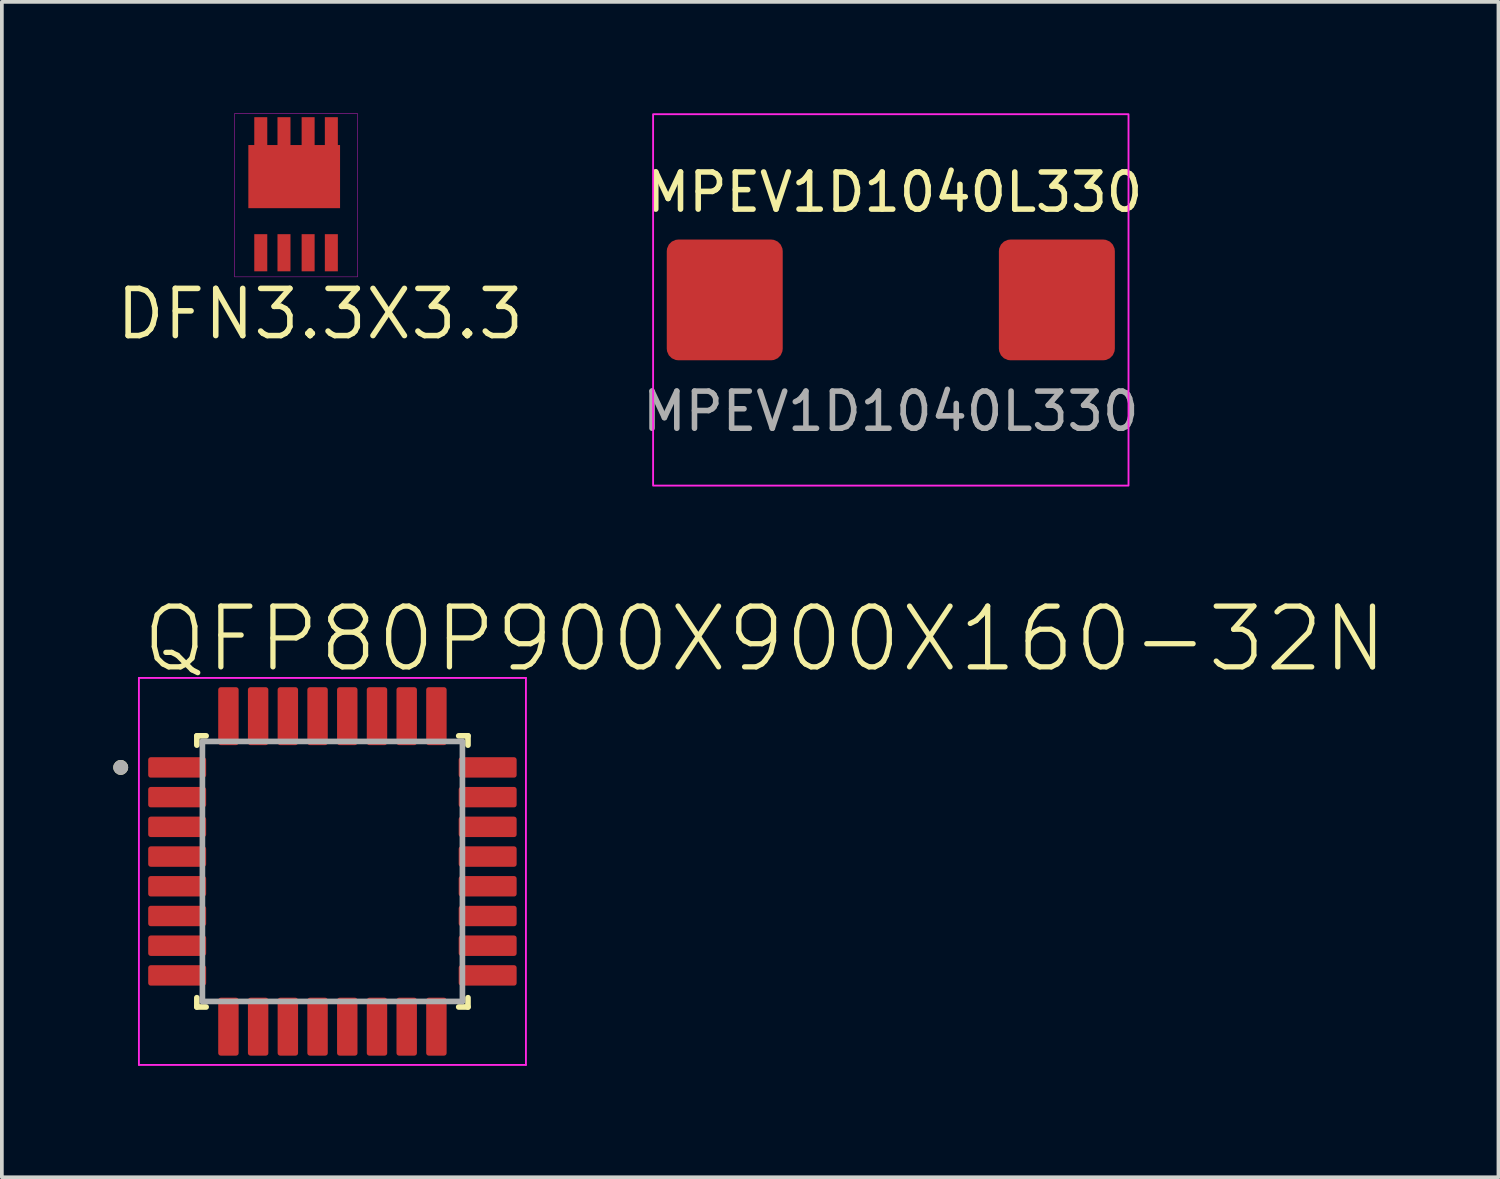
<source format=kicad_pcb>
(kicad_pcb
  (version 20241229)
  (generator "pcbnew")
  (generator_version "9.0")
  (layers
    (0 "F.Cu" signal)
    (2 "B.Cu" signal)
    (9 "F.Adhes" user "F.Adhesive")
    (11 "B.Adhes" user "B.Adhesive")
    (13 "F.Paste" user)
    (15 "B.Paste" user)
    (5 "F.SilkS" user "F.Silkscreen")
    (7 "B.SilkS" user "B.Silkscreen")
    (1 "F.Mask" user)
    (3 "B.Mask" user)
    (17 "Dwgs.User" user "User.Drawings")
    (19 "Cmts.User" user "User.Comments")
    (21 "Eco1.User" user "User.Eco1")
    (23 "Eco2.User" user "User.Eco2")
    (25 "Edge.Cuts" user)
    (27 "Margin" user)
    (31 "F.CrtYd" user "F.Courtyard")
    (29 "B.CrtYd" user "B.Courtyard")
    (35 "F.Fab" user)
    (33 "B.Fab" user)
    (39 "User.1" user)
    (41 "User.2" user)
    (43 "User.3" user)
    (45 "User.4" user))
  (footprint "DFN3.3X3.3"
    (layer "F.Cu")
    (at 3.271 3.805)
    (property "Reference" "DFN3.3X3.3" (at 2.3 1.6 0) (layer "F.SilkS") (effects (font (size 1.27 1.27) (thickness 0.15))))
    (fp_line (start 0 -3.8) (end 3.3 -3.8) (stroke (width 0.01) (type solid)) (layer "F.CrtYd"))
    (fp_line (start 0 0.6) (end 0 -3.8) (stroke (width 0.01) (type solid)) (layer "F.CrtYd"))
    (fp_line (start 0 0.6) (end 3.3 0.6) (stroke (width 0.01) (type solid)) (layer "F.CrtYd"))
    (fp_line (start 3.3 -3.8) (end 3.3 0.6) (stroke (width 0.01) (type solid)) (layer "F.CrtYd"))
    (pad "1" smd rect (at 0.7 -0.05 90) (size 1 0.35) (layers "F.Cu" "F.Mask" "F.Paste"))
    (pad "2" smd rect (at 1.325 -0.05 90) (size 1 0.35) (layers "F.Cu" "F.Mask" "F.Paste"))
    (pad "3" smd rect (at 1.975 -0.05 90) (size 1 0.35) (layers "F.Cu" "F.Mask" "F.Paste"))
    (pad "4" smd rect (at 2.6 -0.05 90) (size 1 0.35) (layers "F.Cu" "F.Mask" "F.Paste"))
    (pad "5" smd rect (at 2.6 -3.3 90) (size 0.8 0.35) (layers "F.Cu" "F.Mask" "F.Paste"))
    (pad "6" smd rect (at 1.975 -3.3 90) (size 0.8 0.35) (layers "F.Cu" "F.Mask" "F.Paste"))
    (pad "7" smd rect (at 1.325 -3.3 90) (size 0.8 0.35) (layers "F.Cu" "F.Mask" "F.Paste"))
    (pad "8" smd rect (at 0.7 -3.3 90) (size 0.8 0.35) (layers "F.Cu" "F.Mask" "F.Paste"))
    (pad "9" smd rect (at 1.6 -2.1) (size 2.469 1.7) (layers "F.Cu" "F.Mask" "F.Paste")))
  (footprint "MPEV1D1040L330"
    (layer "F.Cu")
    (at 20.934 5.025)
    (property "Reference" "MPEV1D1040L330" (at 0.1 -2.9 0) (unlocked yes) (layer "F.SilkS") (effects (font (size 1 1) (thickness 0.15))))
    (attr smd)
    (fp_rect (start -6.4 -5) (end 6.4 5) (stroke (width 0.05) (type solid)) (fill no) (layer "F.CrtYd"))
    (fp_text user "${REFERENCE}" (at 0 3 0) (unlocked yes) (layer "F.Fab") (effects (font (size 1 1) (thickness 0.15))))
    (pad "1" smd roundrect (at -4.471 0) (size 3.122 3.251) (layers "F.Cu" "F.Mask" "F.Paste") (roundrect_rratio 0.1))
    (pad "2" smd roundrect (at 4.471 0) (size 3.122 3.251) (layers "F.Cu" "F.Mask" "F.Paste") (roundrect_rratio 0.1)))
  (footprint "QFP80P900X900X160-32N"
    (layer "F.Cu")
    (at 5.9 20.412)
    (property "Reference" "QFP80P900X900X160-32N" (at -5.2 -5.3 0) (layer "F.SilkS") (effects (font (size 1.636 1.636) (thickness 0.142)) (justify left bottom)))
    (fp_line (start -3.65 -3.65) (end -3.4 -3.65) (stroke (width 0.152) (type solid)) (layer "F.SilkS"))
    (fp_line (start -3.65 -3.4) (end -3.65 -3.65) (stroke (width 0.152) (type solid)) (layer "F.SilkS"))
    (fp_line (start -3.65 3.65) (end -3.65 3.4) (stroke (width 0.152) (type solid)) (layer "F.SilkS"))
    (fp_line (start -3.4 3.65) (end -3.65 3.65) (stroke (width 0.152) (type solid)) (layer "F.SilkS"))
    (fp_line (start 3.4 -3.65) (end 3.65 -3.65) (stroke (width 0.152) (type solid)) (layer "F.SilkS"))
    (fp_line (start 3.65 -3.65) (end 3.65 -3.4) (stroke (width 0.152) (type solid)) (layer "F.SilkS"))
    (fp_line (start 3.65 3.4) (end 3.65 3.65) (stroke (width 0.152) (type solid)) (layer "F.SilkS"))
    (fp_line (start 3.65 3.65) (end 3.4 3.65) (stroke (width 0.152) (type solid)) (layer "F.SilkS"))
    (fp_circle (center -5.7 -2.8) (end -5.6 -2.8) (stroke (width 0.2) (type solid)) (fill no) (layer "F.SilkS"))
    (fp_line (start -5.21 -5.21) (end -5.21 5.21) (stroke (width 0.05) (type solid)) (layer "F.CrtYd"))
    (fp_line (start -5.21 5.21) (end 5.21 5.21) (stroke (width 0.05) (type solid)) (layer "F.CrtYd"))
    (fp_line (start 5.21 -5.21) (end -5.21 -5.21) (stroke (width 0.05) (type solid)) (layer "F.CrtYd"))
    (fp_line (start 5.21 5.21) (end 5.21 -5.21) (stroke (width 0.05) (type solid)) (layer "F.CrtYd"))
    (fp_line (start -3.5 -3.5) (end -3.5 3.5) (stroke (width 0.152) (type solid)) (layer "F.Fab"))
    (fp_line (start -3.5 3.5) (end 3.5 3.5) (stroke (width 0.152) (type solid)) (layer "F.Fab"))
    (fp_line (start 3.5 -3.5) (end -3.5 -3.5) (stroke (width 0.152) (type solid)) (layer "F.Fab"))
    (fp_line (start 3.5 3.5) (end 3.5 -3.5) (stroke (width 0.152) (type solid)) (layer "F.Fab"))
    (fp_circle (center -5.7 -2.8) (end -5.6 -2.8) (stroke (width 0.2) (type solid)) (fill no) (layer "F.Fab"))
    (pad "1" smd roundrect (at -4.18 -2.8) (size 1.56 0.55) (layers "F.Cu" "F.Mask" "F.Paste") (roundrect_rratio 0.125))
    (pad "2" smd roundrect (at -4.18 -2) (size 1.56 0.55) (layers "F.Cu" "F.Mask" "F.Paste") (roundrect_rratio 0.125))
    (pad "3" smd roundrect (at -4.18 -1.2) (size 1.56 0.55) (layers "F.Cu" "F.Mask" "F.Paste") (roundrect_rratio 0.125))
    (pad "4" smd roundrect (at -4.18 -0.4) (size 1.56 0.55) (layers "F.Cu" "F.Mask" "F.Paste") (roundrect_rratio 0.125))
    (pad "5" smd roundrect (at -4.18 0.4) (size 1.56 0.55) (layers "F.Cu" "F.Mask" "F.Paste") (roundrect_rratio 0.125))
    (pad "6" smd roundrect (at -4.18 1.2) (size 1.56 0.55) (layers "F.Cu" "F.Mask" "F.Paste") (roundrect_rratio 0.125))
    (pad "7" smd roundrect (at -4.18 2) (size 1.56 0.55) (layers "F.Cu" "F.Mask" "F.Paste") (roundrect_rratio 0.125))
    (pad "8" smd roundrect (at -4.18 2.8) (size 1.56 0.55) (layers "F.Cu" "F.Mask" "F.Paste") (roundrect_rratio 0.125))
    (pad "9" smd roundrect (at -2.8 4.18 90) (size 1.56 0.55) (layers "F.Cu" "F.Mask" "F.Paste") (roundrect_rratio 0.125))
    (pad "10" smd roundrect (at -2 4.18 90) (size 1.56 0.55) (layers "F.Cu" "F.Mask" "F.Paste") (roundrect_rratio 0.125))
    (pad "11" smd roundrect (at -1.2 4.18 90) (size 1.56 0.55) (layers "F.Cu" "F.Mask" "F.Paste") (roundrect_rratio 0.125))
    (pad "12" smd roundrect (at -0.4 4.18 90) (size 1.56 0.55) (layers "F.Cu" "F.Mask" "F.Paste") (roundrect_rratio 0.125))
    (pad "13" smd roundrect (at 0.4 4.18 90) (size 1.56 0.55) (layers "F.Cu" "F.Mask" "F.Paste") (roundrect_rratio 0.125))
    (pad "14" smd roundrect (at 1.2 4.18 90) (size 1.56 0.55) (layers "F.Cu" "F.Mask" "F.Paste") (roundrect_rratio 0.125))
    (pad "15" smd roundrect (at 2 4.18 90) (size 1.56 0.55) (layers "F.Cu" "F.Mask" "F.Paste") (roundrect_rratio 0.125))
    (pad "16" smd roundrect (at 2.8 4.18 90) (size 1.56 0.55) (layers "F.Cu" "F.Mask" "F.Paste") (roundrect_rratio 0.125))
    (pad "17" smd roundrect (at 4.18 2.8 180) (size 1.56 0.55) (layers "F.Cu" "F.Mask" "F.Paste") (roundrect_rratio 0.125))
    (pad "18" smd roundrect (at 4.18 2 180) (size 1.56 0.55) (layers "F.Cu" "F.Mask" "F.Paste") (roundrect_rratio 0.125))
    (pad "19" smd roundrect (at 4.18 1.2 180) (size 1.56 0.55) (layers "F.Cu" "F.Mask" "F.Paste") (roundrect_rratio 0.125))
    (pad "20" smd roundrect (at 4.18 0.4 180) (size 1.56 0.55) (layers "F.Cu" "F.Mask" "F.Paste") (roundrect_rratio 0.125))
    (pad "21" smd roundrect (at 4.18 -0.4 180) (size 1.56 0.55) (layers "F.Cu" "F.Mask" "F.Paste") (roundrect_rratio 0.125))
    (pad "22" smd roundrect (at 4.18 -1.2 180) (size 1.56 0.55) (layers "F.Cu" "F.Mask" "F.Paste") (roundrect_rratio 0.125))
    (pad "23" smd roundrect (at 4.18 -2 180) (size 1.56 0.55) (layers "F.Cu" "F.Mask" "F.Paste") (roundrect_rratio 0.125))
    (pad "24" smd roundrect (at 4.18 -2.8 180) (size 1.56 0.55) (layers "F.Cu" "F.Mask" "F.Paste") (roundrect_rratio 0.125))
    (pad "25" smd roundrect (at 2.8 -4.18 270) (size 1.56 0.55) (layers "F.Cu" "F.Mask" "F.Paste") (roundrect_rratio 0.125))
    (pad "26" smd roundrect (at 2 -4.18 270) (size 1.56 0.55) (layers "F.Cu" "F.Mask" "F.Paste") (roundrect_rratio 0.125))
    (pad "27" smd roundrect (at 1.2 -4.18 270) (size 1.56 0.55) (layers "F.Cu" "F.Mask" "F.Paste") (roundrect_rratio 0.125))
    (pad "28" smd roundrect (at 0.4 -4.18 270) (size 1.56 0.55) (layers "F.Cu" "F.Mask" "F.Paste") (roundrect_rratio 0.125))
    (pad "29" smd roundrect (at -0.4 -4.18 270) (size 1.56 0.55) (layers "F.Cu" "F.Mask" "F.Paste") (roundrect_rratio 0.125))
    (pad "30" smd roundrect (at -1.2 -4.18 270) (size 1.56 0.55) (layers "F.Cu" "F.Mask" "F.Paste") (roundrect_rratio 0.125))
    (pad "31" smd roundrect (at -2 -4.18 270) (size 1.56 0.55) (layers "F.Cu" "F.Mask" "F.Paste") (roundrect_rratio 0.125))
    (pad "32" smd roundrect (at -2.8 -4.18 270) (size 1.56 0.55) (layers "F.Cu" "F.Mask" "F.Paste") (roundrect_rratio 0.125)))
  (gr_rect
    (start -3 -3)
    (end 37.294 28.647)
    (stroke (width 0.1) (type default))
    (fill no)
    (layer "Edge.Cuts")))
</source>
